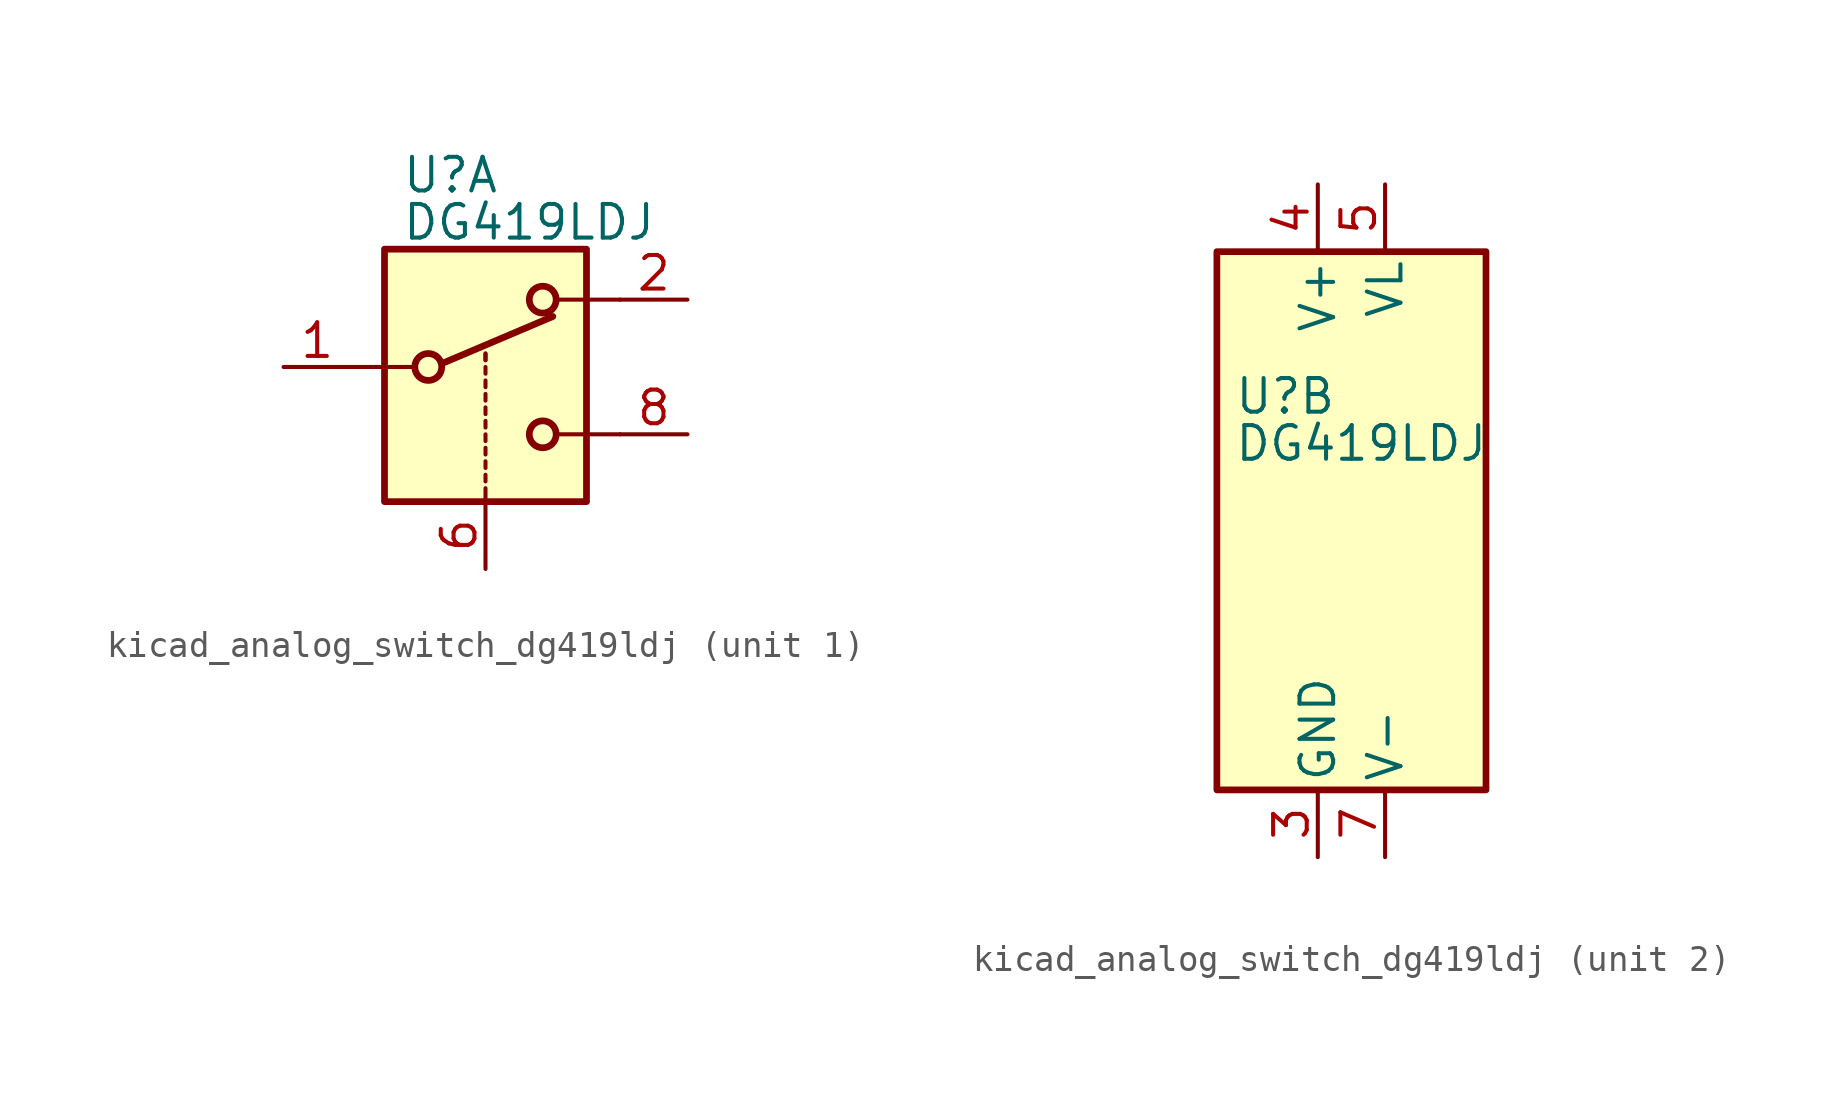
<source format=kicad_sym>
(kicad_symbol_lib
  (version 20220914)
  (generator kicad_symbol_editor)
  (symbol "kicad_analog_switch_dg419ldj"
    (pin_names
      (offset 0.254))
    (property "Reference" "U"
      (at -3.175 4.699 0)
      (effects (font (size 1.27 1.27)) (justify left)))
    (property "Value" "DG419LDJ"
      (at -3.175 2.921 0)
      (effects (font (size 1.27 1.27)) (justify left)))
    (symbol "kicad_analog_switch_dg419ldj_1_1"
      (rectangle (start -3.81 1.905) (end 3.81 -7.62) (stroke (width 0.254) (type default)) (fill (type background)))
      (circle (center -2.159 -2.54) (radius 0.508) (stroke (width 0.254) (type default)) (fill (type none)))
      (polyline (pts (xy -5.08 -2.54) (xy -2.794 -2.54)) (stroke (width 0) (type default)) (fill (type none)))
      (polyline (pts (xy -1.651 -2.413) (xy 2.54 -0.635)) (stroke (width 0.254) (type default)) (fill (type none)))
      (polyline (pts (xy 0 -7.62) (xy 0 -7.112)) (stroke (width 0) (type default)) (fill (type none)))
      (polyline (pts (xy 0 -6.858) (xy 0 -6.604)) (stroke (width 0) (type default)) (fill (type none)))
      (polyline (pts (xy 0 -6.35) (xy 0 -6.096)) (stroke (width 0) (type default)) (fill (type none)))
      (polyline (pts (xy 0 -5.842) (xy 0 -5.588)) (stroke (width 0) (type default)) (fill (type none)))
      (polyline (pts (xy 0 -5.334) (xy 0 -5.08)) (stroke (width 0) (type default)) (fill (type none)))
      (polyline (pts (xy 0 -4.826) (xy 0 -4.572)) (stroke (width 0) (type default)) (fill (type none)))
      (polyline (pts (xy 0 -4.318) (xy 0 -4.064)) (stroke (width 0) (type default)) (fill (type none)))
      (polyline (pts (xy 0 -3.81) (xy 0 -3.556)) (stroke (width 0) (type default)) (fill (type none)))
      (polyline (pts (xy 0 -3.302) (xy 0 -3.048)) (stroke (width 0) (type default)) (fill (type none)))
      (polyline (pts (xy 0 -2.794) (xy 0 -2.54)) (stroke (width 0) (type default)) (fill (type none)))
      (polyline (pts (xy 0 -2.286) (xy 0 -2.032)) (stroke (width 0) (type default)) (fill (type none)))
      (polyline (pts (xy 0 -2.286) (xy 0 -2.032)) (stroke (width 0) (type default)) (fill (type none)))
      (polyline (pts (xy 5.08 -5.08) (xy 2.794 -5.08)) (stroke (width 0) (type default)) (fill (type none)))
      (polyline (pts (xy 5.08 0) (xy 2.794 0)) (stroke (width 0) (type default)) (fill (type none)))
      (circle (center 2.159 -5.08) (radius 0.508) (stroke (width 0.254) (type default)) (fill (type none)))
      (circle (center 2.159 0) (radius 0.508) (stroke (width 0.254) (type default)) (fill (type none)))
      (pin passive line (at -7.62 -2.54 0) (length 2.54) (name "~" (effects (font (size 1.27 1.27)))) (number "1" (effects (font (size 1.27 1.27)))))
      (pin passive line (at 7.62 0 180) (length 2.54) (name "~" (effects (font (size 1.27 1.27)))) (number "2" (effects (font (size 1.27 1.27)))))
      (pin input line (at 0 -10.16 90) (length 2.54) (name "~" (effects (font (size 1.27 1.27)))) (number "6" (effects (font (size 1.27 1.27)))))
      (pin passive line (at 7.62 -5.08 180) (length 2.54) (name "~" (effects (font (size 1.27 1.27)))) (number "8" (effects (font (size 1.27 1.27))))))
    (symbol "kicad_analog_switch_dg419ldj_2_0"
      (pin power_in line (at 0 -12.7 90) (length 2.54) (name "GND" (effects (font (size 1.27 1.27)))) (number "3" (effects (font (size 1.27 1.27)))))
      (pin power_in line (at 0 12.7 270) (length 2.54) (name "V+" (effects (font (size 1.27 1.27)))) (number "4" (effects (font (size 1.27 1.27)))))
      (pin power_in line (at 2.54 12.7 270) (length 2.54) (name "VL" (effects (font (size 1.27 1.27)))) (number "5" (effects (font (size 1.27 1.27)))))
      (pin power_in line (at 2.54 -12.7 90) (length 2.54) (name "V-" (effects (font (size 1.27 1.27)))) (number "7" (effects (font (size 1.27 1.27))))))
    (symbol "kicad_analog_switch_dg419ldj_2_1"
      (rectangle (start -3.81 10.16) (end 6.35 -10.16) (stroke (width 0.254) (type default)) (fill (type background))))))
</source>
